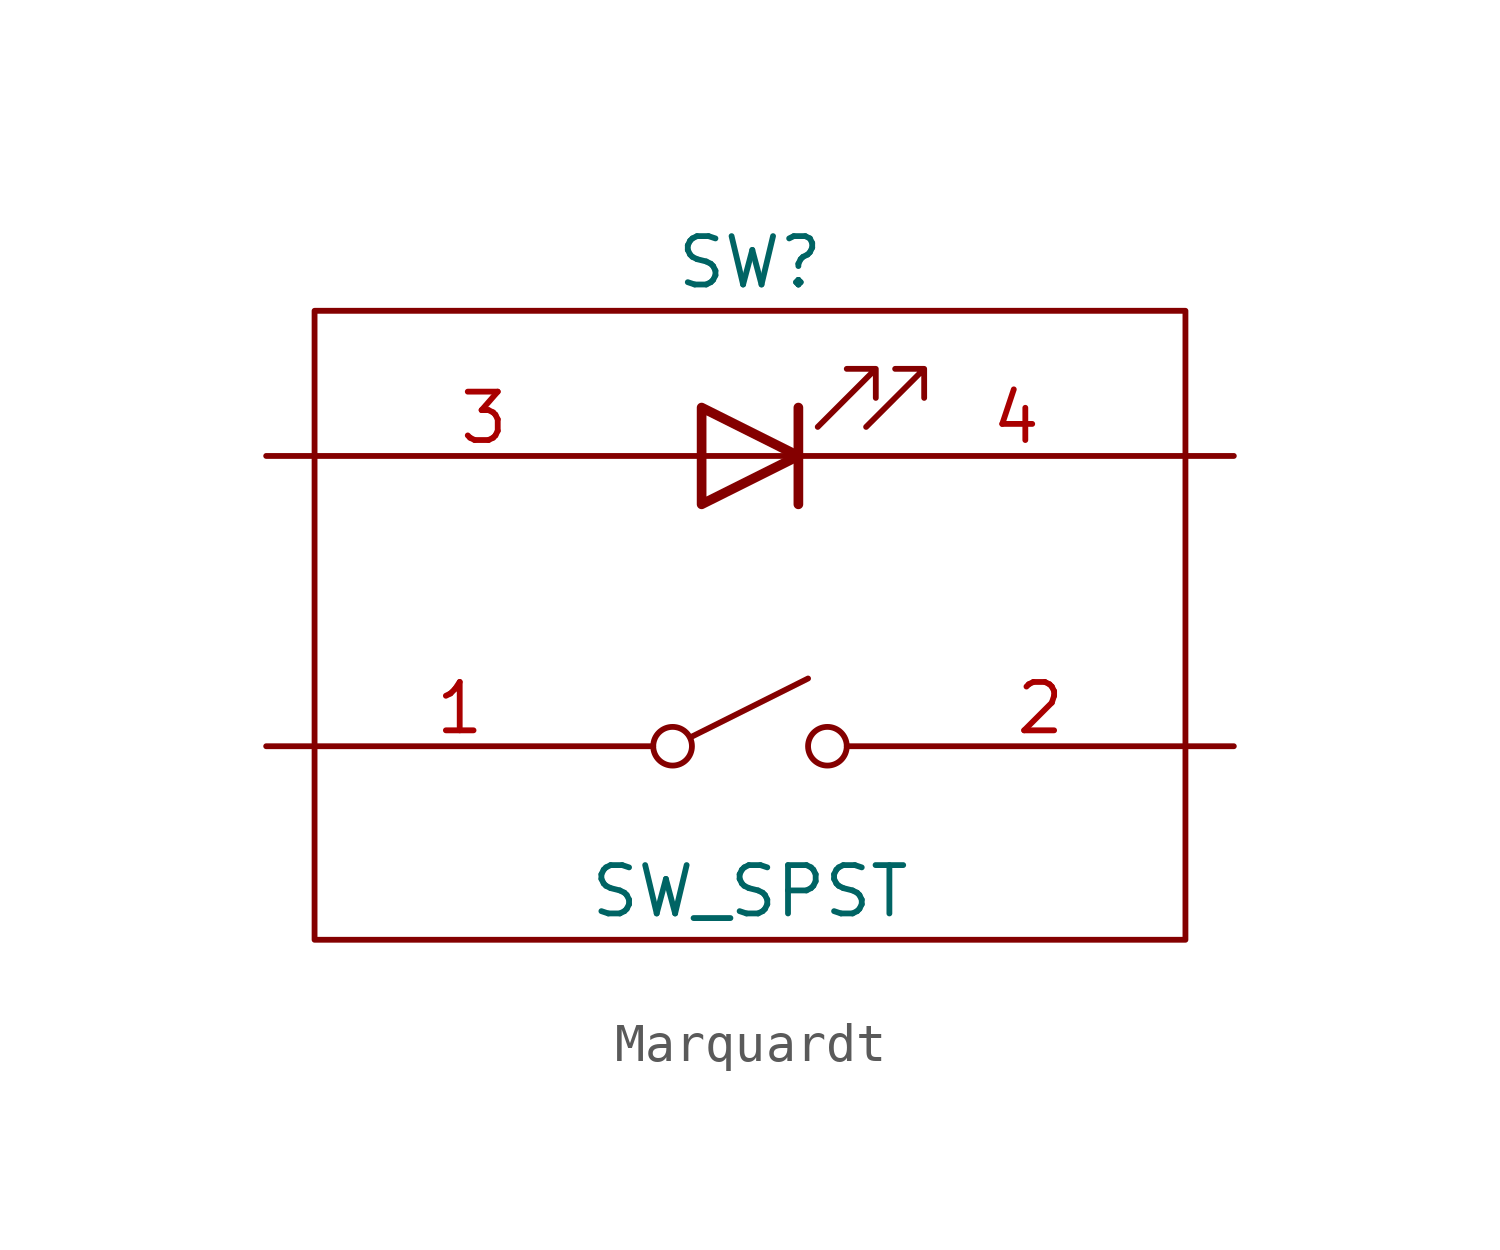
<source format=kicad_sym>
(kicad_symbol_lib
  (version 20220914)
  (generator kicad_symbol_editor)
  (symbol "Marquardt"
    (pin_names
      (offset 0) hide)
    (property "Reference" "SW"
      (at 0 12.7 0)
      (effects (font (size 1.27 1.27))))
    (property "Value" "SW_SPST"
      (at 0 -3.81 0)
      (effects (font (size 1.27 1.27))))
    (symbol "Marquardt_0_0"
      (circle (center -2.032 0) (radius 0.508) (stroke (width 0) (type default)) (fill (type none)))
      (polyline (pts (xy -1.524 0.254) (xy 1.524 1.778)) (stroke (width 0) (type default)) (fill (type none)))
      (circle (center 2.032 0) (radius 0.508) (stroke (width 0) (type default)) (fill (type none))))
    (symbol "Marquardt_0_1"
      (rectangle (start -11.43 11.43) (end 11.43 -5.08) (stroke (width 0) (type default)) (fill (type none)))
      (polyline (pts (xy 1.27 7.62) (xy -1.27 7.62)) (stroke (width 0) (type default)) (fill (type none)))
      (polyline (pts (xy 1.27 8.89) (xy 1.27 6.35)) (stroke (width 0.254) (type default)) (fill (type none)))
      (polyline (pts (xy -1.27 8.89) (xy -1.27 6.35) (xy 1.27 7.62) (xy -1.27 8.89)) (stroke (width 0.254) (type default)) (fill (type none)))
      (polyline (pts (xy 1.778 8.382) (xy 3.302 9.906) (xy 2.54 9.906) (xy 3.302 9.906) (xy 3.302 9.144)) (stroke (width 0) (type default)) (fill (type none)))
      (polyline (pts (xy 3.048 8.382) (xy 4.572 9.906) (xy 3.81 9.906) (xy 4.572 9.906) (xy 4.572 9.144)) (stroke (width 0) (type default)) (fill (type none))))
    (symbol "Marquardt_1_1"
      (pin passive line (at -12.7 0 0) (length 10.16) (name "A" (effects (font (size 1.27 1.27)))) (number "1" (effects (font (size 1.27 1.27)))))
      (pin passive line (at 12.7 0 180) (length 10.16) (name "B" (effects (font (size 1.27 1.27)))) (number "2" (effects (font (size 1.27 1.27)))))
      (pin passive line (at -12.7 7.62 0) (length 11.43) (name "A" (effects (font (size 1.27 1.27)))) (number "3" (effects (font (size 1.27 1.27)))))
      (pin passive line (at 12.7 7.62 180) (length 11.43) (name "K" (effects (font (size 1.27 1.27)))) (number "4" (effects (font (size 1.27 1.27))))))))
</source>
